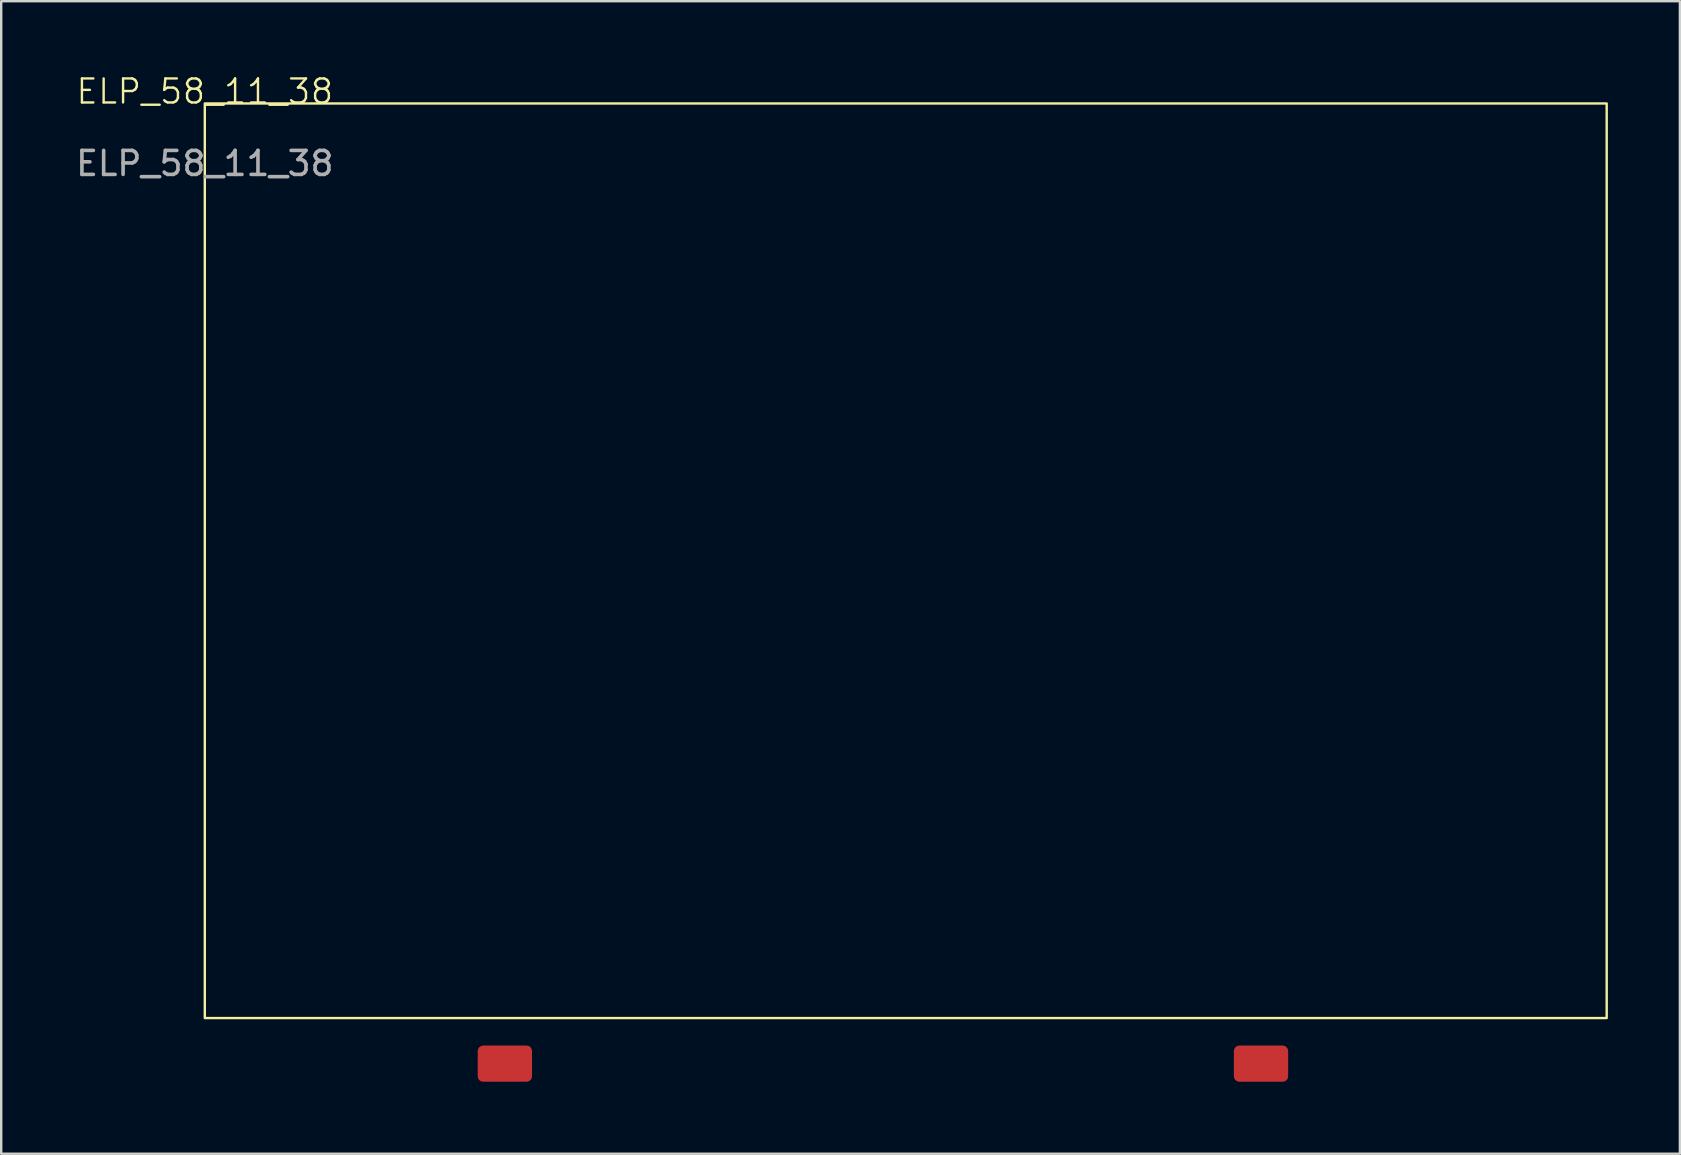
<source format=kicad_pcb>
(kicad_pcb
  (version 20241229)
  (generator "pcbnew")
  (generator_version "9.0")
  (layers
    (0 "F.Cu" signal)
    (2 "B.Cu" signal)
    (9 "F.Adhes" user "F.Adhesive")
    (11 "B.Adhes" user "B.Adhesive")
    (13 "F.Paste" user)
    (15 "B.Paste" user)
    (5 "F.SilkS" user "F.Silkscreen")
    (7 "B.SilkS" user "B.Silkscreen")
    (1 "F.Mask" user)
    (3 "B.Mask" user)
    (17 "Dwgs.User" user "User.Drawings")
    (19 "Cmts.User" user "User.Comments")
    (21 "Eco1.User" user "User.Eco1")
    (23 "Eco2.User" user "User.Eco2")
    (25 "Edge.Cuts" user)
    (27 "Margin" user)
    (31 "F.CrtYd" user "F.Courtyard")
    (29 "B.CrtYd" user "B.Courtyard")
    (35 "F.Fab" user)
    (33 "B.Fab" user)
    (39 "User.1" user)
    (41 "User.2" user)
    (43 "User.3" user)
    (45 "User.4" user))
  (footprint "ELP_58_11_38"
    (layer "F.Cu")
    (at 5.482 1.26)
    (property "Reference" "ELP_58_11_38" (at 0 -0.5 0) (unlocked yes) (layer "F.SilkS") (effects (font (size 1 1) (thickness 0.1))))
    (attr smd)
    (fp_rect (start 0 0) (end 58.4 38.1) (stroke (width 0.1) (type solid)) (fill no) (layer "F.SilkS"))
    (fp_text user "${REFERENCE}" (at 0 2.5 0) (unlocked yes) (layer "F.Fab") (effects (font (size 1 1) (thickness 0.15))))
    (pad "1" smd roundrect (at 12.5 40) (size 2.262 1.508) (layers "F.Cu" "F.Mask" "F.Paste") (roundrect_rratio 0.15))
    (pad "2" smd roundrect (at 44 40) (size 2.262 1.508) (layers "F.Cu" "F.Mask" "F.Paste") (roundrect_rratio 0.15)))
  (gr_rect
    (start -3 -3)
    (end 66.932 45.014)
    (stroke (width 0.1) (type default))
    (fill no)
    (layer "Edge.Cuts")))
</source>
